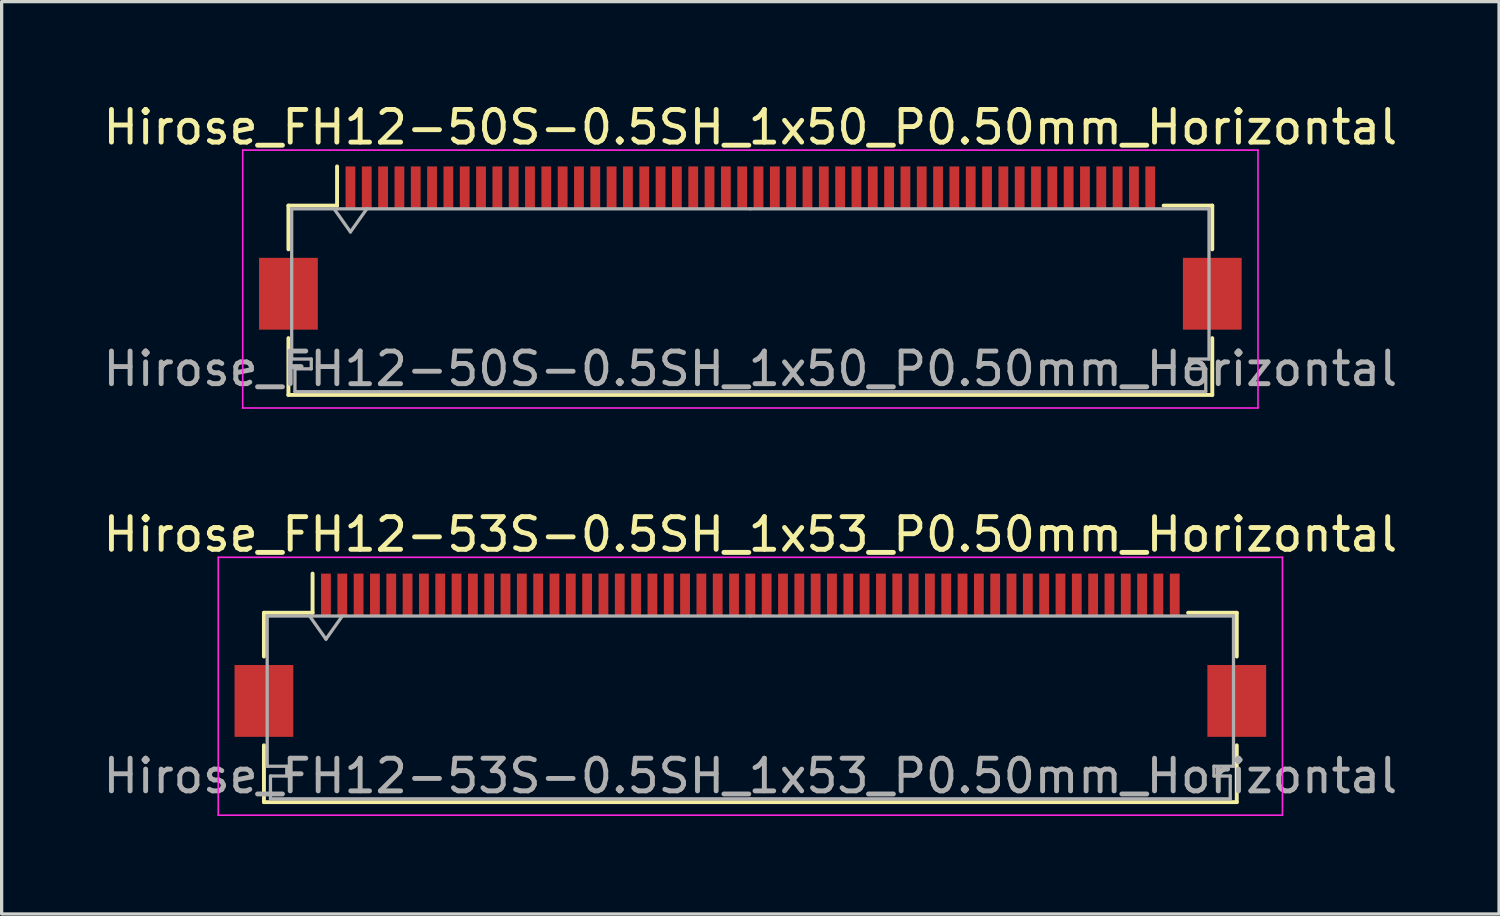
<source format=kicad_pcb>
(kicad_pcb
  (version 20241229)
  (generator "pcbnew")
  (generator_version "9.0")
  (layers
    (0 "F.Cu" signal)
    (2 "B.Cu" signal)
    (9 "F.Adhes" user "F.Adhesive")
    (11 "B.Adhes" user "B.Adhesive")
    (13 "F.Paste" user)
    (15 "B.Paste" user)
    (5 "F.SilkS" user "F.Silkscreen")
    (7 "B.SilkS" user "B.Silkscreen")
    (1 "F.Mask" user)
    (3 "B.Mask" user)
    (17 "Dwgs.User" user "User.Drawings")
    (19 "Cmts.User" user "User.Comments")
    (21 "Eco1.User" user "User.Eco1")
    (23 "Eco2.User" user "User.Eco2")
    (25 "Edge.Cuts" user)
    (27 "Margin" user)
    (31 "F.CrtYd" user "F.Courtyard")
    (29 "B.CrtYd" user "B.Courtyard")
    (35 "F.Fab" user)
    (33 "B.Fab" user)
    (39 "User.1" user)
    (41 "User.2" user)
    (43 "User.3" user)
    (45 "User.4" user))
  (footprint "Hirose_FH12-50S-0.5SH_1x50_P0.50mm_Horizontal"
    (layer "F.Cu")
    (at 19.935 4.548)
    (property "Reference" "Hirose_FH12-50S-0.5SH_1x50_P0.50mm_Horizontal" (at 0 -3.7 0) (layer "F.SilkS") (effects (font (size 1 1) (thickness 0.15))))
    (attr smd)
    (fp_line (start -14.15 -1.3) (end -14.15 0.04) (stroke (width 0.12) (type solid)) (layer "F.SilkS"))
    (fp_line (start -14.15 2.76) (end -14.15 4.5) (stroke (width 0.12) (type solid)) (layer "F.SilkS"))
    (fp_line (start -14.15 4.5) (end 14.15 4.5) (stroke (width 0.12) (type solid)) (layer "F.SilkS"))
    (fp_line (start -12.66 -1.3) (end -14.15 -1.3) (stroke (width 0.12) (type solid)) (layer "F.SilkS"))
    (fp_line (start -12.66 -1.3) (end -12.66 -2.5) (stroke (width 0.12) (type solid)) (layer "F.SilkS"))
    (fp_line (start 12.66 -1.3) (end 14.15 -1.3) (stroke (width 0.12) (type solid)) (layer "F.SilkS"))
    (fp_line (start 14.15 -1.3) (end 14.15 0.04) (stroke (width 0.12) (type solid)) (layer "F.SilkS"))
    (fp_line (start 14.15 4.5) (end 14.15 2.76) (stroke (width 0.12) (type solid)) (layer "F.SilkS"))
    (fp_line (start -15.55 -3) (end -15.55 4.9) (stroke (width 0.05) (type solid)) (layer "F.CrtYd"))
    (fp_line (start -15.55 4.9) (end 15.55 4.9) (stroke (width 0.05) (type solid)) (layer "F.CrtYd"))
    (fp_line (start 15.55 -3) (end -15.55 -3) (stroke (width 0.05) (type solid)) (layer "F.CrtYd"))
    (fp_line (start 15.55 4.9) (end 15.55 -3) (stroke (width 0.05) (type solid)) (layer "F.CrtYd"))
    (fp_line (start -14.05 -1.2) (end -14.05 3.4) (stroke (width 0.1) (type solid)) (layer "F.Fab"))
    (fp_line (start -14.05 3.4) (end -13.45 3.4) (stroke (width 0.1) (type solid)) (layer "F.Fab"))
    (fp_line (start -13.95 3.7) (end -13.95 4.4) (stroke (width 0.1) (type solid)) (layer "F.Fab"))
    (fp_line (start -13.95 4.4) (end 0 4.4) (stroke (width 0.1) (type solid)) (layer "F.Fab"))
    (fp_line (start -13.45 3.4) (end -13.45 3.7) (stroke (width 0.1) (type solid)) (layer "F.Fab"))
    (fp_line (start -13.45 3.7) (end -13.95 3.7) (stroke (width 0.1) (type solid)) (layer "F.Fab"))
    (fp_line (start -12.75 -1.2) (end -12.25 -0.493) (stroke (width 0.1) (type solid)) (layer "F.Fab"))
    (fp_line (start -12.25 -0.493) (end -11.75 -1.2) (stroke (width 0.1) (type solid)) (layer "F.Fab"))
    (fp_line (start 0 -1.2) (end -14.05 -1.2) (stroke (width 0.1) (type solid)) (layer "F.Fab"))
    (fp_line (start 0 -1.2) (end 14.05 -1.2) (stroke (width 0.1) (type solid)) (layer "F.Fab"))
    (fp_line (start 13.45 3.4) (end 13.45 3.7) (stroke (width 0.1) (type solid)) (layer "F.Fab"))
    (fp_line (start 13.45 3.7) (end 13.95 3.7) (stroke (width 0.1) (type solid)) (layer "F.Fab"))
    (fp_line (start 13.95 3.7) (end 13.95 4.4) (stroke (width 0.1) (type solid)) (layer "F.Fab"))
    (fp_line (start 13.95 4.4) (end 0 4.4) (stroke (width 0.1) (type solid)) (layer "F.Fab"))
    (fp_line (start 14.05 -1.2) (end 14.05 3.4) (stroke (width 0.1) (type solid)) (layer "F.Fab"))
    (fp_line (start 14.05 3.4) (end 13.45 3.4) (stroke (width 0.1) (type solid)) (layer "F.Fab"))
    (fp_text user "${REFERENCE}" (at 0 3.7 0) (layer "F.Fab") (effects (font (size 1 1) (thickness 0.15))))
    (pad "" smd rect (at -14.15 1.4) (size 1.8 2.2) (layers "F.Cu" "F.Mask" "F.Paste"))
    (pad "" smd rect (at 14.15 1.4) (size 1.8 2.2) (layers "F.Cu" "F.Mask" "F.Paste"))
    (pad "1" smd rect (at -12.25 -1.85) (size 0.3 1.3) (layers "F.Cu" "F.Mask" "F.Paste"))
    (pad "2" smd rect (at -11.75 -1.85) (size 0.3 1.3) (layers "F.Cu" "F.Mask" "F.Paste"))
    (pad "3" smd rect (at -11.25 -1.85) (size 0.3 1.3) (layers "F.Cu" "F.Mask" "F.Paste"))
    (pad "4" smd rect (at -10.75 -1.85) (size 0.3 1.3) (layers "F.Cu" "F.Mask" "F.Paste"))
    (pad "5" smd rect (at -10.25 -1.85) (size 0.3 1.3) (layers "F.Cu" "F.Mask" "F.Paste"))
    (pad "6" smd rect (at -9.75 -1.85) (size 0.3 1.3) (layers "F.Cu" "F.Mask" "F.Paste"))
    (pad "7" smd rect (at -9.25 -1.85) (size 0.3 1.3) (layers "F.Cu" "F.Mask" "F.Paste"))
    (pad "8" smd rect (at -8.75 -1.85) (size 0.3 1.3) (layers "F.Cu" "F.Mask" "F.Paste"))
    (pad "9" smd rect (at -8.25 -1.85) (size 0.3 1.3) (layers "F.Cu" "F.Mask" "F.Paste"))
    (pad "10" smd rect (at -7.75 -1.85) (size 0.3 1.3) (layers "F.Cu" "F.Mask" "F.Paste"))
    (pad "11" smd rect (at -7.25 -1.85) (size 0.3 1.3) (layers "F.Cu" "F.Mask" "F.Paste"))
    (pad "12" smd rect (at -6.75 -1.85) (size 0.3 1.3) (layers "F.Cu" "F.Mask" "F.Paste"))
    (pad "13" smd rect (at -6.25 -1.85) (size 0.3 1.3) (layers "F.Cu" "F.Mask" "F.Paste"))
    (pad "14" smd rect (at -5.75 -1.85) (size 0.3 1.3) (layers "F.Cu" "F.Mask" "F.Paste"))
    (pad "15" smd rect (at -5.25 -1.85) (size 0.3 1.3) (layers "F.Cu" "F.Mask" "F.Paste"))
    (pad "16" smd rect (at -4.75 -1.85) (size 0.3 1.3) (layers "F.Cu" "F.Mask" "F.Paste"))
    (pad "17" smd rect (at -4.25 -1.85) (size 0.3 1.3) (layers "F.Cu" "F.Mask" "F.Paste"))
    (pad "18" smd rect (at -3.75 -1.85) (size 0.3 1.3) (layers "F.Cu" "F.Mask" "F.Paste"))
    (pad "19" smd rect (at -3.25 -1.85) (size 0.3 1.3) (layers "F.Cu" "F.Mask" "F.Paste"))
    (pad "20" smd rect (at -2.75 -1.85) (size 0.3 1.3) (layers "F.Cu" "F.Mask" "F.Paste"))
    (pad "21" smd rect (at -2.25 -1.85) (size 0.3 1.3) (layers "F.Cu" "F.Mask" "F.Paste"))
    (pad "22" smd rect (at -1.75 -1.85) (size 0.3 1.3) (layers "F.Cu" "F.Mask" "F.Paste"))
    (pad "23" smd rect (at -1.25 -1.85) (size 0.3 1.3) (layers "F.Cu" "F.Mask" "F.Paste"))
    (pad "24" smd rect (at -0.75 -1.85) (size 0.3 1.3) (layers "F.Cu" "F.Mask" "F.Paste"))
    (pad "25" smd rect (at -0.25 -1.85) (size 0.3 1.3) (layers "F.Cu" "F.Mask" "F.Paste"))
    (pad "26" smd rect (at 0.25 -1.85) (size 0.3 1.3) (layers "F.Cu" "F.Mask" "F.Paste"))
    (pad "27" smd rect (at 0.75 -1.85) (size 0.3 1.3) (layers "F.Cu" "F.Mask" "F.Paste"))
    (pad "28" smd rect (at 1.25 -1.85) (size 0.3 1.3) (layers "F.Cu" "F.Mask" "F.Paste"))
    (pad "29" smd rect (at 1.75 -1.85) (size 0.3 1.3) (layers "F.Cu" "F.Mask" "F.Paste"))
    (pad "30" smd rect (at 2.25 -1.85) (size 0.3 1.3) (layers "F.Cu" "F.Mask" "F.Paste"))
    (pad "31" smd rect (at 2.75 -1.85) (size 0.3 1.3) (layers "F.Cu" "F.Mask" "F.Paste"))
    (pad "32" smd rect (at 3.25 -1.85) (size 0.3 1.3) (layers "F.Cu" "F.Mask" "F.Paste"))
    (pad "33" smd rect (at 3.75 -1.85) (size 0.3 1.3) (layers "F.Cu" "F.Mask" "F.Paste"))
    (pad "34" smd rect (at 4.25 -1.85) (size 0.3 1.3) (layers "F.Cu" "F.Mask" "F.Paste"))
    (pad "35" smd rect (at 4.75 -1.85) (size 0.3 1.3) (layers "F.Cu" "F.Mask" "F.Paste"))
    (pad "36" smd rect (at 5.25 -1.85) (size 0.3 1.3) (layers "F.Cu" "F.Mask" "F.Paste"))
    (pad "37" smd rect (at 5.75 -1.85) (size 0.3 1.3) (layers "F.Cu" "F.Mask" "F.Paste"))
    (pad "38" smd rect (at 6.25 -1.85) (size 0.3 1.3) (layers "F.Cu" "F.Mask" "F.Paste"))
    (pad "39" smd rect (at 6.75 -1.85) (size 0.3 1.3) (layers "F.Cu" "F.Mask" "F.Paste"))
    (pad "40" smd rect (at 7.25 -1.85) (size 0.3 1.3) (layers "F.Cu" "F.Mask" "F.Paste"))
    (pad "41" smd rect (at 7.75 -1.85) (size 0.3 1.3) (layers "F.Cu" "F.Mask" "F.Paste"))
    (pad "42" smd rect (at 8.25 -1.85) (size 0.3 1.3) (layers "F.Cu" "F.Mask" "F.Paste"))
    (pad "43" smd rect (at 8.75 -1.85) (size 0.3 1.3) (layers "F.Cu" "F.Mask" "F.Paste"))
    (pad "44" smd rect (at 9.25 -1.85) (size 0.3 1.3) (layers "F.Cu" "F.Mask" "F.Paste"))
    (pad "45" smd rect (at 9.75 -1.85) (size 0.3 1.3) (layers "F.Cu" "F.Mask" "F.Paste"))
    (pad "46" smd rect (at 10.25 -1.85) (size 0.3 1.3) (layers "F.Cu" "F.Mask" "F.Paste"))
    (pad "47" smd rect (at 10.75 -1.85) (size 0.3 1.3) (layers "F.Cu" "F.Mask" "F.Paste"))
    (pad "48" smd rect (at 11.25 -1.85) (size 0.3 1.3) (layers "F.Cu" "F.Mask" "F.Paste"))
    (pad "49" smd rect (at 11.75 -1.85) (size 0.3 1.3) (layers "F.Cu" "F.Mask" "F.Paste"))
    (pad "50" smd rect (at 12.25 -1.85) (size 0.3 1.3) (layers "F.Cu" "F.Mask" "F.Paste")))
  (footprint "Hirose_FH12-53S-0.5SH_1x53_P0.50mm_Horizontal"
    (layer "F.Cu")
    (at 19.935 17.021)
    (property "Reference" "Hirose_FH12-53S-0.5SH_1x53_P0.50mm_Horizontal" (at 0 -3.7 0) (layer "F.SilkS") (effects (font (size 1 1) (thickness 0.15))))
    (attr smd)
    (fp_line (start -14.9 -1.3) (end -14.9 0.04) (stroke (width 0.12) (type solid)) (layer "F.SilkS"))
    (fp_line (start -14.9 2.76) (end -14.9 4.5) (stroke (width 0.12) (type solid)) (layer "F.SilkS"))
    (fp_line (start -14.9 4.5) (end 14.9 4.5) (stroke (width 0.12) (type solid)) (layer "F.SilkS"))
    (fp_line (start -13.41 -1.3) (end -14.9 -1.3) (stroke (width 0.12) (type solid)) (layer "F.SilkS"))
    (fp_line (start -13.41 -1.3) (end -13.41 -2.5) (stroke (width 0.12) (type solid)) (layer "F.SilkS"))
    (fp_line (start 13.41 -1.3) (end 14.9 -1.3) (stroke (width 0.12) (type solid)) (layer "F.SilkS"))
    (fp_line (start 14.9 -1.3) (end 14.9 0.04) (stroke (width 0.12) (type solid)) (layer "F.SilkS"))
    (fp_line (start 14.9 4.5) (end 14.9 2.76) (stroke (width 0.12) (type solid)) (layer "F.SilkS"))
    (fp_line (start -16.3 -3) (end -16.3 4.9) (stroke (width 0.05) (type solid)) (layer "F.CrtYd"))
    (fp_line (start -16.3 4.9) (end 16.3 4.9) (stroke (width 0.05) (type solid)) (layer "F.CrtYd"))
    (fp_line (start 16.3 -3) (end -16.3 -3) (stroke (width 0.05) (type solid)) (layer "F.CrtYd"))
    (fp_line (start 16.3 4.9) (end 16.3 -3) (stroke (width 0.05) (type solid)) (layer "F.CrtYd"))
    (fp_line (start -14.8 -1.2) (end -14.8 3.4) (stroke (width 0.1) (type solid)) (layer "F.Fab"))
    (fp_line (start -14.8 3.4) (end -14.2 3.4) (stroke (width 0.1) (type solid)) (layer "F.Fab"))
    (fp_line (start -14.7 3.7) (end -14.7 4.4) (stroke (width 0.1) (type solid)) (layer "F.Fab"))
    (fp_line (start -14.7 4.4) (end 0 4.4) (stroke (width 0.1) (type solid)) (layer "F.Fab"))
    (fp_line (start -14.2 3.4) (end -14.2 3.7) (stroke (width 0.1) (type solid)) (layer "F.Fab"))
    (fp_line (start -14.2 3.7) (end -14.7 3.7) (stroke (width 0.1) (type solid)) (layer "F.Fab"))
    (fp_line (start -13.5 -1.2) (end -13 -0.493) (stroke (width 0.1) (type solid)) (layer "F.Fab"))
    (fp_line (start -13 -0.493) (end -12.5 -1.2) (stroke (width 0.1) (type solid)) (layer "F.Fab"))
    (fp_line (start 0 -1.2) (end -14.8 -1.2) (stroke (width 0.1) (type solid)) (layer "F.Fab"))
    (fp_line (start 0 -1.2) (end 14.8 -1.2) (stroke (width 0.1) (type solid)) (layer "F.Fab"))
    (fp_line (start 14.2 3.4) (end 14.2 3.7) (stroke (width 0.1) (type solid)) (layer "F.Fab"))
    (fp_line (start 14.2 3.7) (end 14.7 3.7) (stroke (width 0.1) (type solid)) (layer "F.Fab"))
    (fp_line (start 14.7 3.7) (end 14.7 4.4) (stroke (width 0.1) (type solid)) (layer "F.Fab"))
    (fp_line (start 14.7 4.4) (end 0 4.4) (stroke (width 0.1) (type solid)) (layer "F.Fab"))
    (fp_line (start 14.8 -1.2) (end 14.8 3.4) (stroke (width 0.1) (type solid)) (layer "F.Fab"))
    (fp_line (start 14.8 3.4) (end 14.2 3.4) (stroke (width 0.1) (type solid)) (layer "F.Fab"))
    (fp_text user "${REFERENCE}" (at 0 3.7 0) (layer "F.Fab") (effects (font (size 1 1) (thickness 0.15))))
    (pad "" smd rect (at -14.9 1.4) (size 1.8 2.2) (layers "F.Cu" "F.Mask" "F.Paste"))
    (pad "" smd rect (at 14.9 1.4) (size 1.8 2.2) (layers "F.Cu" "F.Mask" "F.Paste"))
    (pad "1" smd rect (at -13 -1.85) (size 0.3 1.3) (layers "F.Cu" "F.Mask" "F.Paste"))
    (pad "2" smd rect (at -12.5 -1.85) (size 0.3 1.3) (layers "F.Cu" "F.Mask" "F.Paste"))
    (pad "3" smd rect (at -12 -1.85) (size 0.3 1.3) (layers "F.Cu" "F.Mask" "F.Paste"))
    (pad "4" smd rect (at -11.5 -1.85) (size 0.3 1.3) (layers "F.Cu" "F.Mask" "F.Paste"))
    (pad "5" smd rect (at -11 -1.85) (size 0.3 1.3) (layers "F.Cu" "F.Mask" "F.Paste"))
    (pad "6" smd rect (at -10.5 -1.85) (size 0.3 1.3) (layers "F.Cu" "F.Mask" "F.Paste"))
    (pad "7" smd rect (at -10 -1.85) (size 0.3 1.3) (layers "F.Cu" "F.Mask" "F.Paste"))
    (pad "8" smd rect (at -9.5 -1.85) (size 0.3 1.3) (layers "F.Cu" "F.Mask" "F.Paste"))
    (pad "9" smd rect (at -9 -1.85) (size 0.3 1.3) (layers "F.Cu" "F.Mask" "F.Paste"))
    (pad "10" smd rect (at -8.5 -1.85) (size 0.3 1.3) (layers "F.Cu" "F.Mask" "F.Paste"))
    (pad "11" smd rect (at -8 -1.85) (size 0.3 1.3) (layers "F.Cu" "F.Mask" "F.Paste"))
    (pad "12" smd rect (at -7.5 -1.85) (size 0.3 1.3) (layers "F.Cu" "F.Mask" "F.Paste"))
    (pad "13" smd rect (at -7 -1.85) (size 0.3 1.3) (layers "F.Cu" "F.Mask" "F.Paste"))
    (pad "14" smd rect (at -6.5 -1.85) (size 0.3 1.3) (layers "F.Cu" "F.Mask" "F.Paste"))
    (pad "15" smd rect (at -6 -1.85) (size 0.3 1.3) (layers "F.Cu" "F.Mask" "F.Paste"))
    (pad "16" smd rect (at -5.5 -1.85) (size 0.3 1.3) (layers "F.Cu" "F.Mask" "F.Paste"))
    (pad "17" smd rect (at -5 -1.85) (size 0.3 1.3) (layers "F.Cu" "F.Mask" "F.Paste"))
    (pad "18" smd rect (at -4.5 -1.85) (size 0.3 1.3) (layers "F.Cu" "F.Mask" "F.Paste"))
    (pad "19" smd rect (at -4 -1.85) (size 0.3 1.3) (layers "F.Cu" "F.Mask" "F.Paste"))
    (pad "20" smd rect (at -3.5 -1.85) (size 0.3 1.3) (layers "F.Cu" "F.Mask" "F.Paste"))
    (pad "21" smd rect (at -3 -1.85) (size 0.3 1.3) (layers "F.Cu" "F.Mask" "F.Paste"))
    (pad "22" smd rect (at -2.5 -1.85) (size 0.3 1.3) (layers "F.Cu" "F.Mask" "F.Paste"))
    (pad "23" smd rect (at -2 -1.85) (size 0.3 1.3) (layers "F.Cu" "F.Mask" "F.Paste"))
    (pad "24" smd rect (at -1.5 -1.85) (size 0.3 1.3) (layers "F.Cu" "F.Mask" "F.Paste"))
    (pad "25" smd rect (at -1 -1.85) (size 0.3 1.3) (layers "F.Cu" "F.Mask" "F.Paste"))
    (pad "26" smd rect (at -0.5 -1.85) (size 0.3 1.3) (layers "F.Cu" "F.Mask" "F.Paste"))
    (pad "27" smd rect (at 0 -1.85) (size 0.3 1.3) (layers "F.Cu" "F.Mask" "F.Paste"))
    (pad "28" smd rect (at 0.5 -1.85) (size 0.3 1.3) (layers "F.Cu" "F.Mask" "F.Paste"))
    (pad "29" smd rect (at 1 -1.85) (size 0.3 1.3) (layers "F.Cu" "F.Mask" "F.Paste"))
    (pad "30" smd rect (at 1.5 -1.85) (size 0.3 1.3) (layers "F.Cu" "F.Mask" "F.Paste"))
    (pad "31" smd rect (at 2 -1.85) (size 0.3 1.3) (layers "F.Cu" "F.Mask" "F.Paste"))
    (pad "32" smd rect (at 2.5 -1.85) (size 0.3 1.3) (layers "F.Cu" "F.Mask" "F.Paste"))
    (pad "33" smd rect (at 3 -1.85) (size 0.3 1.3) (layers "F.Cu" "F.Mask" "F.Paste"))
    (pad "34" smd rect (at 3.5 -1.85) (size 0.3 1.3) (layers "F.Cu" "F.Mask" "F.Paste"))
    (pad "35" smd rect (at 4 -1.85) (size 0.3 1.3) (layers "F.Cu" "F.Mask" "F.Paste"))
    (pad "36" smd rect (at 4.5 -1.85) (size 0.3 1.3) (layers "F.Cu" "F.Mask" "F.Paste"))
    (pad "37" smd rect (at 5 -1.85) (size 0.3 1.3) (layers "F.Cu" "F.Mask" "F.Paste"))
    (pad "38" smd rect (at 5.5 -1.85) (size 0.3 1.3) (layers "F.Cu" "F.Mask" "F.Paste"))
    (pad "39" smd rect (at 6 -1.85) (size 0.3 1.3) (layers "F.Cu" "F.Mask" "F.Paste"))
    (pad "40" smd rect (at 6.5 -1.85) (size 0.3 1.3) (layers "F.Cu" "F.Mask" "F.Paste"))
    (pad "41" smd rect (at 7 -1.85) (size 0.3 1.3) (layers "F.Cu" "F.Mask" "F.Paste"))
    (pad "42" smd rect (at 7.5 -1.85) (size 0.3 1.3) (layers "F.Cu" "F.Mask" "F.Paste"))
    (pad "43" smd rect (at 8 -1.85) (size 0.3 1.3) (layers "F.Cu" "F.Mask" "F.Paste"))
    (pad "44" smd rect (at 8.5 -1.85) (size 0.3 1.3) (layers "F.Cu" "F.Mask" "F.Paste"))
    (pad "45" smd rect (at 9 -1.85) (size 0.3 1.3) (layers "F.Cu" "F.Mask" "F.Paste"))
    (pad "46" smd rect (at 9.5 -1.85) (size 0.3 1.3) (layers "F.Cu" "F.Mask" "F.Paste"))
    (pad "47" smd rect (at 10 -1.85) (size 0.3 1.3) (layers "F.Cu" "F.Mask" "F.Paste"))
    (pad "48" smd rect (at 10.5 -1.85) (size 0.3 1.3) (layers "F.Cu" "F.Mask" "F.Paste"))
    (pad "49" smd rect (at 11 -1.85) (size 0.3 1.3) (layers "F.Cu" "F.Mask" "F.Paste"))
    (pad "50" smd rect (at 11.5 -1.85) (size 0.3 1.3) (layers "F.Cu" "F.Mask" "F.Paste"))
    (pad "51" smd rect (at 12 -1.85) (size 0.3 1.3) (layers "F.Cu" "F.Mask" "F.Paste"))
    (pad "52" smd rect (at 12.5 -1.85) (size 0.3 1.3) (layers "F.Cu" "F.Mask" "F.Paste"))
    (pad "53" smd rect (at 13 -1.85) (size 0.3 1.3) (layers "F.Cu" "F.Mask" "F.Paste")))
  (gr_rect
    (start -3 -3)
    (end 42.869 24.947)
    (stroke (width 0.1) (type default))
    (fill no)
    (layer "Edge.Cuts")))
</source>
